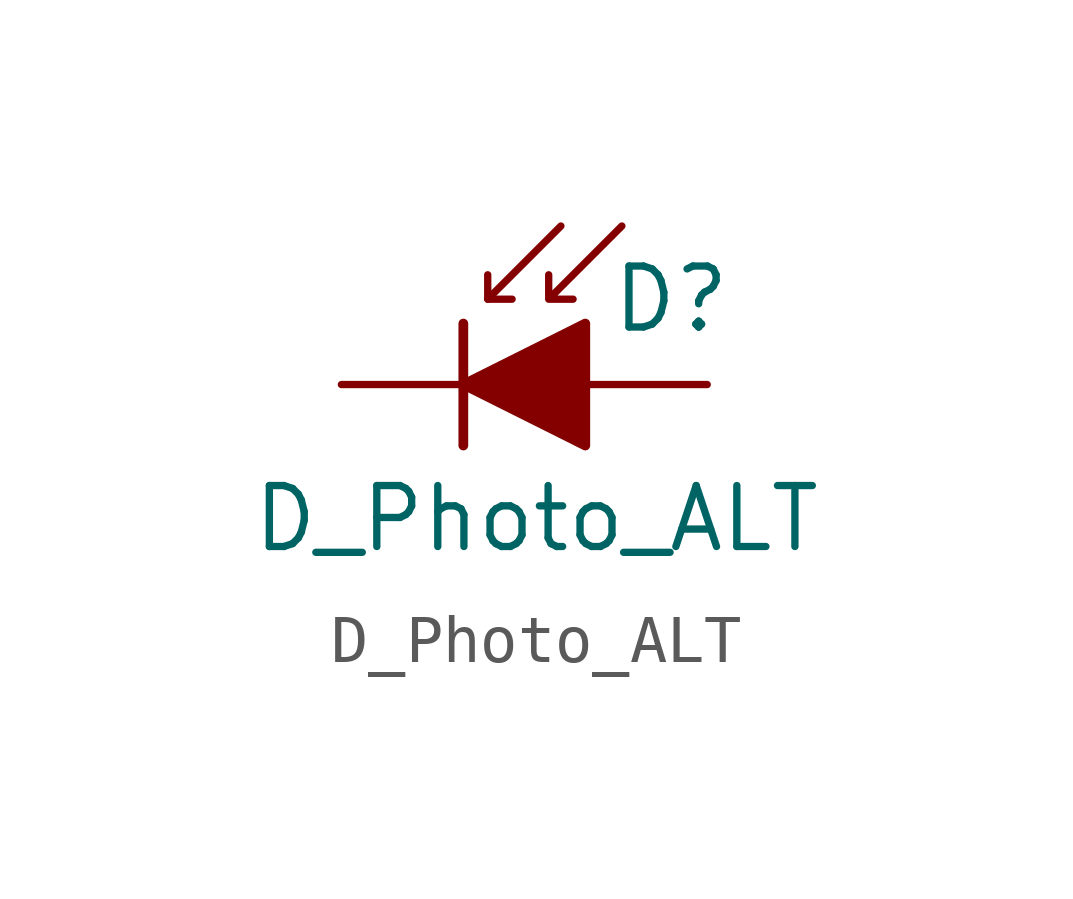
<source format=kicad_sym>
(kicad_symbol_lib
  (version 20211014)
  (generator kicad_symbol_editor)
  (symbol "D_Photo_ALT"
    (pin_numbers hide)
    (pin_names
      (offset 1.016) hide)
    (property "Reference" "D"
      (at 0.508 1.778 0)
      (effects (font (size 1.27 1.27)) (justify left)))
    (property "Value" "D_Photo_ALT"
      (at -1.016 -2.794 0)
      (effects (font (size 1.27 1.27))))
    (symbol "D_Photo_ALT_0_1"
      (polyline (pts (xy -2.54 1.27) (xy -2.54 -1.27)) (stroke (width 0.203) (type default) (color 0 0 0 0)) (fill (type none)))
      (polyline (pts (xy -2.032 1.778) (xy -1.524 1.778)) (stroke (width 0) (type default) (color 0 0 0 0)) (fill (type none)))
      (polyline (pts (xy 0 0) (xy -2.54 0)) (stroke (width 0) (type default) (color 0 0 0 0)) (fill (type none)))
      (polyline (pts (xy -0.508 3.302) (xy -2.032 1.778) (xy -2.032 2.286)) (stroke (width 0) (type default) (color 0 0 0 0)) (fill (type none)))
      (polyline (pts (xy 0 -1.27) (xy 0 1.27) (xy -2.54 0) (xy 0 -1.27)) (stroke (width 0.203) (type default) (color 0 0 0 0)) (fill (type outline)))
      (polyline (pts (xy 0.762 3.302) (xy -0.762 1.778) (xy -0.762 2.286) (xy -0.762 1.778) (xy -0.254 1.778)) (stroke (width 0) (type default) (color 0 0 0 0)) (fill (type none))))
    (symbol "D_Photo_ALT_1_1"
      (pin passive line (at -5.08 0 0) (length 2.54) (name "K" (effects (font (size 1.27 1.27)))) (number "1" (effects (font (size 1.27 1.27)))))
      (pin passive line (at 2.54 0 180) (length 2.54) (name "A" (effects (font (size 1.27 1.27)))) (number "2" (effects (font (size 1.27 1.27))))))))
</source>
